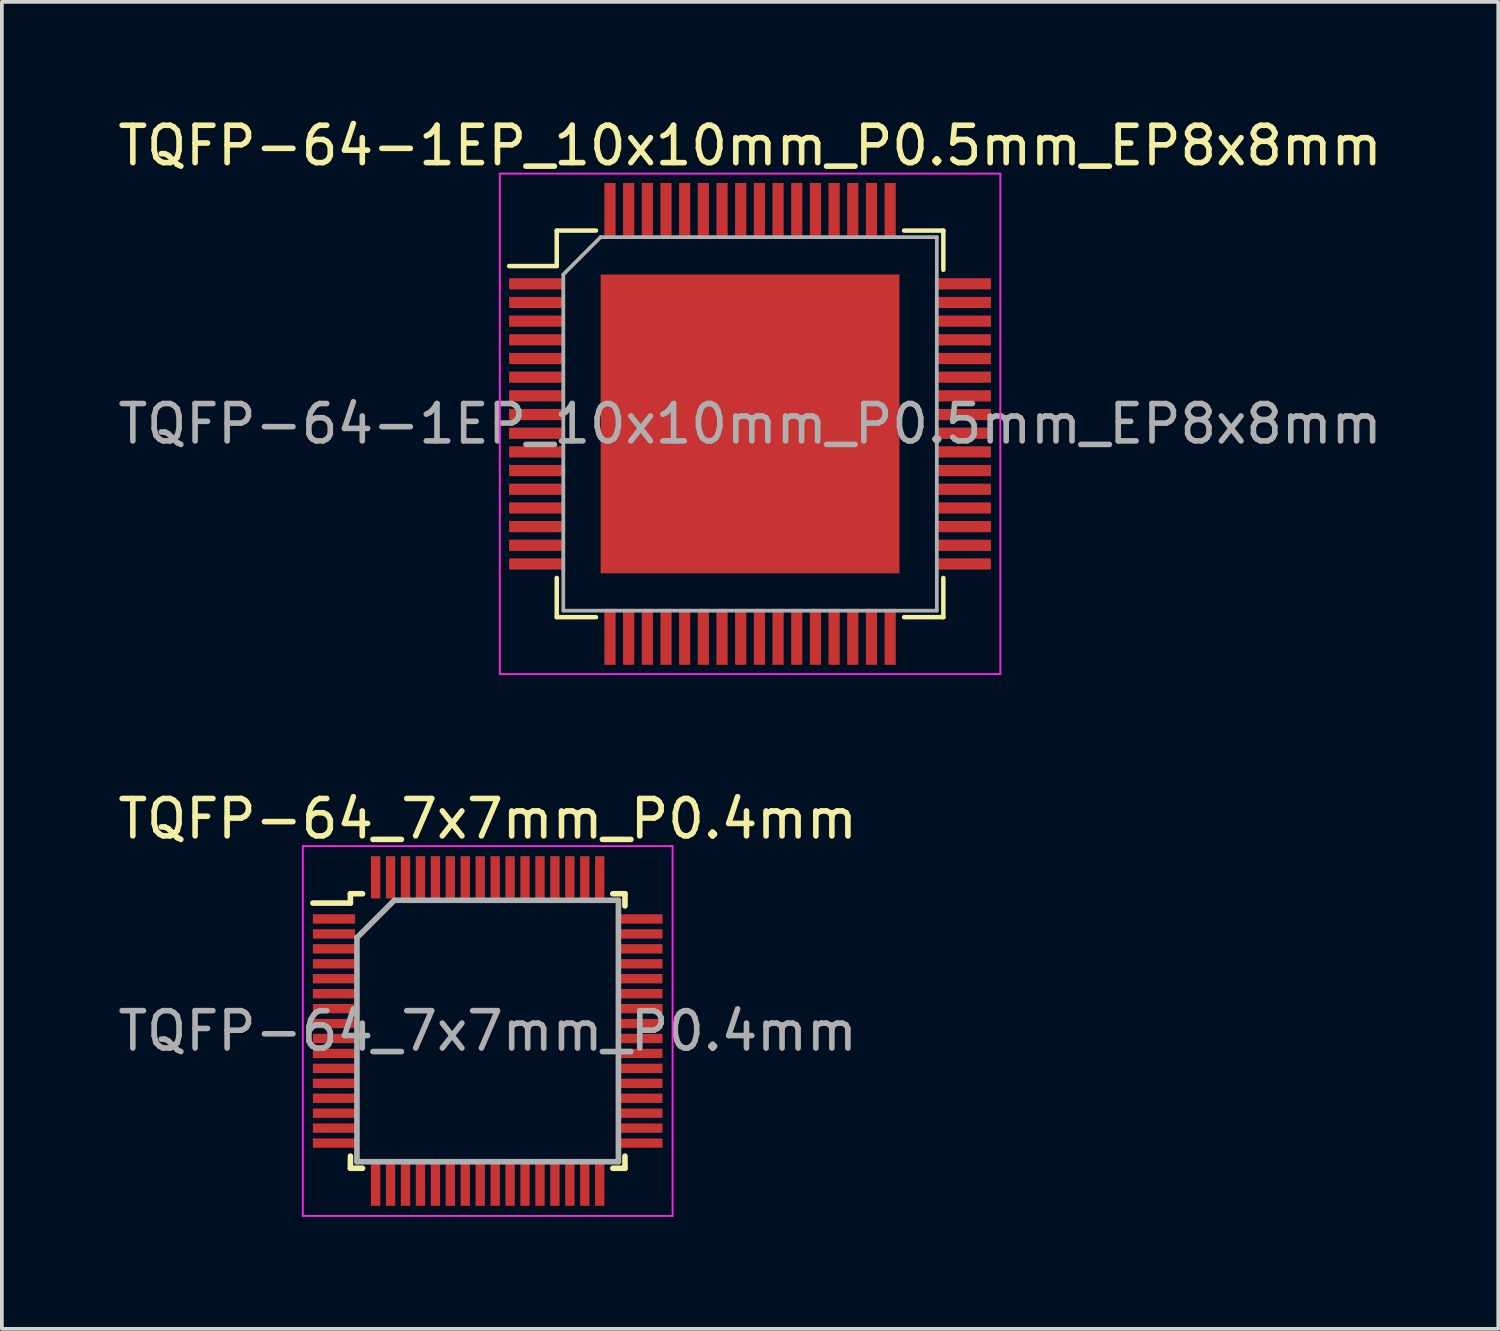
<source format=kicad_pcb>
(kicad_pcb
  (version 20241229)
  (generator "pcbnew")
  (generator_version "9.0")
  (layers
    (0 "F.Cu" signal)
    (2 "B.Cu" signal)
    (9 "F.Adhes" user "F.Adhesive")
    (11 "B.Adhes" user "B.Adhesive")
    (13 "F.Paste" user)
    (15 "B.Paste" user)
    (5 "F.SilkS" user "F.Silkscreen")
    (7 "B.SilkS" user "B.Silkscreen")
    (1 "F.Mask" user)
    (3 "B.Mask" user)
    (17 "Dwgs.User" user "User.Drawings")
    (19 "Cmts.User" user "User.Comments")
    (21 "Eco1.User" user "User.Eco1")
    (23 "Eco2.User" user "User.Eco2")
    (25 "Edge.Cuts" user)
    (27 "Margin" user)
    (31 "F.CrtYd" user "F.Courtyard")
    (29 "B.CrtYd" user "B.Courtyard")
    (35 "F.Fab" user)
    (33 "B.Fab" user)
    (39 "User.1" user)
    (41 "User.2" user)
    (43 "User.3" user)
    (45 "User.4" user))
  (footprint "TQFP-64_7x7mm_P0.4mm"
    (layer "F.Cu")
    (at 10.006 24.552)
    (property "Reference" "TQFP-64_7x7mm_P0.4mm" (at 0 -5.68 0) (layer "F.SilkS") (effects (font (size 1 1) (thickness 0.15))))
    (attr smd)
    (fp_line (start -3.675 -3.675) (end -3.675 -3.425) (stroke (width 0.15) (type solid)) (layer "F.SilkS"))
    (fp_line (start -3.675 -3.675) (end -3.35 -3.675) (stroke (width 0.15) (type solid)) (layer "F.SilkS"))
    (fp_line (start -3.675 -3.425) (end -4.68 -3.425) (stroke (width 0.15) (type solid)) (layer "F.SilkS"))
    (fp_line (start -3.675 3.675) (end -3.675 3.35) (stroke (width 0.15) (type solid)) (layer "F.SilkS"))
    (fp_line (start -3.675 3.675) (end -3.35 3.675) (stroke (width 0.15) (type solid)) (layer "F.SilkS"))
    (fp_line (start 3.675 -3.675) (end 3.35 -3.675) (stroke (width 0.15) (type solid)) (layer "F.SilkS"))
    (fp_line (start 3.675 -3.675) (end 3.675 -3.35) (stroke (width 0.15) (type solid)) (layer "F.SilkS"))
    (fp_line (start 3.675 3.675) (end 3.35 3.675) (stroke (width 0.15) (type solid)) (layer "F.SilkS"))
    (fp_line (start 3.675 3.675) (end 3.675 3.35) (stroke (width 0.15) (type solid)) (layer "F.SilkS"))
    (fp_line (start -4.95 -4.95) (end -4.95 4.95) (stroke (width 0.05) (type solid)) (layer "F.CrtYd"))
    (fp_line (start -4.95 -4.95) (end 4.95 -4.95) (stroke (width 0.05) (type solid)) (layer "F.CrtYd"))
    (fp_line (start -4.95 4.95) (end 4.95 4.95) (stroke (width 0.05) (type solid)) (layer "F.CrtYd"))
    (fp_line (start 4.95 -4.95) (end 4.95 4.95) (stroke (width 0.05) (type solid)) (layer "F.CrtYd"))
    (fp_line (start -3.5 -2.5) (end -2.5 -3.5) (stroke (width 0.15) (type solid)) (layer "F.Fab"))
    (fp_line (start -3.5 3.5) (end -3.5 -2.5) (stroke (width 0.15) (type solid)) (layer "F.Fab"))
    (fp_line (start -2.5 -3.5) (end 3.5 -3.5) (stroke (width 0.15) (type solid)) (layer "F.Fab"))
    (fp_line (start 3.5 -3.5) (end 3.5 3.5) (stroke (width 0.15) (type solid)) (layer "F.Fab"))
    (fp_line (start 3.5 3.5) (end -3.5 3.5) (stroke (width 0.15) (type solid)) (layer "F.Fab"))
    (fp_text user "${REFERENCE}" (at 0 0 0) (layer "F.Fab") (effects (font (size 1 1) (thickness 0.15))))
    (pad "1" smd rect (at -4.115 -3) (size 1.13 0.25) (layers "F.Cu" "F.Mask" "F.Paste"))
    (pad "2" smd rect (at -4.115 -2.6) (size 1.13 0.25) (layers "F.Cu" "F.Mask" "F.Paste"))
    (pad "3" smd rect (at -4.115 -2.2) (size 1.13 0.25) (layers "F.Cu" "F.Mask" "F.Paste"))
    (pad "4" smd rect (at -4.115 -1.8) (size 1.13 0.25) (layers "F.Cu" "F.Mask" "F.Paste"))
    (pad "5" smd rect (at -4.115 -1.4) (size 1.13 0.25) (layers "F.Cu" "F.Mask" "F.Paste"))
    (pad "6" smd rect (at -4.115 -1) (size 1.13 0.25) (layers "F.Cu" "F.Mask" "F.Paste"))
    (pad "7" smd rect (at -4.115 -0.6) (size 1.13 0.25) (layers "F.Cu" "F.Mask" "F.Paste"))
    (pad "8" smd rect (at -4.115 -0.2) (size 1.13 0.25) (layers "F.Cu" "F.Mask" "F.Paste"))
    (pad "9" smd rect (at -4.115 0.2) (size 1.13 0.25) (layers "F.Cu" "F.Mask" "F.Paste"))
    (pad "10" smd rect (at -4.115 0.6) (size 1.13 0.25) (layers "F.Cu" "F.Mask" "F.Paste"))
    (pad "11" smd rect (at -4.115 1) (size 1.13 0.25) (layers "F.Cu" "F.Mask" "F.Paste"))
    (pad "12" smd rect (at -4.115 1.4) (size 1.13 0.25) (layers "F.Cu" "F.Mask" "F.Paste"))
    (pad "13" smd rect (at -4.115 1.8) (size 1.13 0.25) (layers "F.Cu" "F.Mask" "F.Paste"))
    (pad "14" smd rect (at -4.115 2.2) (size 1.13 0.25) (layers "F.Cu" "F.Mask" "F.Paste"))
    (pad "15" smd rect (at -4.115 2.6) (size 1.13 0.25) (layers "F.Cu" "F.Mask" "F.Paste"))
    (pad "16" smd rect (at -4.115 3) (size 1.13 0.25) (layers "F.Cu" "F.Mask" "F.Paste"))
    (pad "17" smd rect (at -3 4.115 90) (size 1.13 0.25) (layers "F.Cu" "F.Mask" "F.Paste"))
    (pad "18" smd rect (at -2.6 4.115 90) (size 1.13 0.25) (layers "F.Cu" "F.Mask" "F.Paste"))
    (pad "19" smd rect (at -2.2 4.115 90) (size 1.13 0.25) (layers "F.Cu" "F.Mask" "F.Paste"))
    (pad "20" smd rect (at -1.8 4.115 90) (size 1.13 0.25) (layers "F.Cu" "F.Mask" "F.Paste"))
    (pad "21" smd rect (at -1.4 4.115 90) (size 1.13 0.25) (layers "F.Cu" "F.Mask" "F.Paste"))
    (pad "22" smd rect (at -1 4.115 90) (size 1.13 0.25) (layers "F.Cu" "F.Mask" "F.Paste"))
    (pad "23" smd rect (at -0.6 4.115 90) (size 1.13 0.25) (layers "F.Cu" "F.Mask" "F.Paste"))
    (pad "24" smd rect (at -0.2 4.115 90) (size 1.13 0.25) (layers "F.Cu" "F.Mask" "F.Paste"))
    (pad "25" smd rect (at 0.2 4.115 90) (size 1.13 0.25) (layers "F.Cu" "F.Mask" "F.Paste"))
    (pad "26" smd rect (at 0.6 4.115 90) (size 1.13 0.25) (layers "F.Cu" "F.Mask" "F.Paste"))
    (pad "27" smd rect (at 1 4.115 90) (size 1.13 0.25) (layers "F.Cu" "F.Mask" "F.Paste"))
    (pad "28" smd rect (at 1.4 4.115 90) (size 1.13 0.25) (layers "F.Cu" "F.Mask" "F.Paste"))
    (pad "29" smd rect (at 1.8 4.115 90) (size 1.13 0.25) (layers "F.Cu" "F.Mask" "F.Paste"))
    (pad "30" smd rect (at 2.2 4.115 90) (size 1.13 0.25) (layers "F.Cu" "F.Mask" "F.Paste"))
    (pad "31" smd rect (at 2.6 4.115 90) (size 1.13 0.25) (layers "F.Cu" "F.Mask" "F.Paste"))
    (pad "32" smd rect (at 3 4.115 90) (size 1.13 0.25) (layers "F.Cu" "F.Mask" "F.Paste"))
    (pad "33" smd rect (at 4.115 3) (size 1.13 0.25) (layers "F.Cu" "F.Mask" "F.Paste"))
    (pad "34" smd rect (at 4.115 2.6) (size 1.13 0.25) (layers "F.Cu" "F.Mask" "F.Paste"))
    (pad "35" smd rect (at 4.115 2.2) (size 1.13 0.25) (layers "F.Cu" "F.Mask" "F.Paste"))
    (pad "36" smd rect (at 4.115 1.8) (size 1.13 0.25) (layers "F.Cu" "F.Mask" "F.Paste"))
    (pad "37" smd rect (at 4.115 1.4) (size 1.13 0.25) (layers "F.Cu" "F.Mask" "F.Paste"))
    (pad "38" smd rect (at 4.115 1) (size 1.13 0.25) (layers "F.Cu" "F.Mask" "F.Paste"))
    (pad "39" smd rect (at 4.115 0.6) (size 1.13 0.25) (layers "F.Cu" "F.Mask" "F.Paste"))
    (pad "40" smd rect (at 4.115 0.2) (size 1.13 0.25) (layers "F.Cu" "F.Mask" "F.Paste"))
    (pad "41" smd rect (at 4.115 -0.2) (size 1.13 0.25) (layers "F.Cu" "F.Mask" "F.Paste"))
    (pad "42" smd rect (at 4.115 -0.6) (size 1.13 0.25) (layers "F.Cu" "F.Mask" "F.Paste"))
    (pad "43" smd rect (at 4.115 -1) (size 1.13 0.25) (layers "F.Cu" "F.Mask" "F.Paste"))
    (pad "44" smd rect (at 4.115 -1.4) (size 1.13 0.25) (layers "F.Cu" "F.Mask" "F.Paste"))
    (pad "45" smd rect (at 4.115 -1.8) (size 1.13 0.25) (layers "F.Cu" "F.Mask" "F.Paste"))
    (pad "46" smd rect (at 4.115 -2.2) (size 1.13 0.25) (layers "F.Cu" "F.Mask" "F.Paste"))
    (pad "47" smd rect (at 4.115 -2.6) (size 1.13 0.25) (layers "F.Cu" "F.Mask" "F.Paste"))
    (pad "48" smd rect (at 4.115 -3) (size 1.13 0.25) (layers "F.Cu" "F.Mask" "F.Paste"))
    (pad "49" smd rect (at 3 -4.115 90) (size 1.13 0.25) (layers "F.Cu" "F.Mask" "F.Paste"))
    (pad "50" smd rect (at 2.6 -4.115 90) (size 1.13 0.25) (layers "F.Cu" "F.Mask" "F.Paste"))
    (pad "51" smd rect (at 2.2 -4.115 90) (size 1.13 0.25) (layers "F.Cu" "F.Mask" "F.Paste"))
    (pad "52" smd rect (at 1.8 -4.115 90) (size 1.13 0.25) (layers "F.Cu" "F.Mask" "F.Paste"))
    (pad "53" smd rect (at 1.4 -4.115 90) (size 1.13 0.25) (layers "F.Cu" "F.Mask" "F.Paste"))
    (pad "54" smd rect (at 1 -4.115 90) (size 1.13 0.25) (layers "F.Cu" "F.Mask" "F.Paste"))
    (pad "55" smd rect (at 0.6 -4.115 90) (size 1.13 0.25) (layers "F.Cu" "F.Mask" "F.Paste"))
    (pad "56" smd rect (at 0.2 -4.115 90) (size 1.13 0.25) (layers "F.Cu" "F.Mask" "F.Paste"))
    (pad "57" smd rect (at -0.2 -4.115 90) (size 1.13 0.25) (layers "F.Cu" "F.Mask" "F.Paste"))
    (pad "58" smd rect (at -0.6 -4.115 90) (size 1.13 0.25) (layers "F.Cu" "F.Mask" "F.Paste"))
    (pad "59" smd rect (at -1 -4.115 90) (size 1.13 0.25) (layers "F.Cu" "F.Mask" "F.Paste"))
    (pad "60" smd rect (at -1.4 -4.115 90) (size 1.13 0.25) (layers "F.Cu" "F.Mask" "F.Paste"))
    (pad "61" smd rect (at -1.8 -4.115 90) (size 1.13 0.25) (layers "F.Cu" "F.Mask" "F.Paste"))
    (pad "62" smd rect (at -2.2 -4.115 90) (size 1.13 0.25) (layers "F.Cu" "F.Mask" "F.Paste"))
    (pad "63" smd rect (at -2.6 -4.115 90) (size 1.13 0.25) (layers "F.Cu" "F.Mask" "F.Paste"))
    (pad "64" smd rect (at -3 -4.115 90) (size 1.13 0.25) (layers "F.Cu" "F.Mask" "F.Paste")))
  (footprint "TQFP-64-1EP_10x10mm_P0.5mm_EP8x8mm"
    (layer "F.Cu")
    (at 17.03 8.298)
    (property "Reference" "TQFP-64-1EP_10x10mm_P0.5mm_EP8x8mm" (at 0 -7.45 0) (layer "F.SilkS") (effects (font (size 1 1) (thickness 0.15))))
    (attr smd)
    (fp_line (start -5.175 -5.175) (end -5.175 -4.225) (stroke (width 0.12) (type solid)) (layer "F.SilkS"))
    (fp_line (start -5.175 -5.175) (end -4.125 -5.175) (stroke (width 0.12) (type solid)) (layer "F.SilkS"))
    (fp_line (start -5.175 -4.225) (end -6.45 -4.225) (stroke (width 0.12) (type solid)) (layer "F.SilkS"))
    (fp_line (start -5.175 5.175) (end -5.175 4.125) (stroke (width 0.12) (type solid)) (layer "F.SilkS"))
    (fp_line (start -5.175 5.175) (end -4.125 5.175) (stroke (width 0.12) (type solid)) (layer "F.SilkS"))
    (fp_line (start 5.175 -5.175) (end 4.125 -5.175) (stroke (width 0.12) (type solid)) (layer "F.SilkS"))
    (fp_line (start 5.175 -5.175) (end 5.175 -4.125) (stroke (width 0.12) (type solid)) (layer "F.SilkS"))
    (fp_line (start 5.175 5.175) (end 4.125 5.175) (stroke (width 0.12) (type solid)) (layer "F.SilkS"))
    (fp_line (start 5.175 5.175) (end 5.175 4.125) (stroke (width 0.12) (type solid)) (layer "F.SilkS"))
    (fp_line (start -6.7 -6.7) (end -6.7 6.7) (stroke (width 0.05) (type solid)) (layer "F.CrtYd"))
    (fp_line (start -6.7 -6.7) (end 6.7 -6.7) (stroke (width 0.05) (type solid)) (layer "F.CrtYd"))
    (fp_line (start -6.7 6.7) (end 6.7 6.7) (stroke (width 0.05) (type solid)) (layer "F.CrtYd"))
    (fp_line (start 6.7 -6.7) (end 6.7 6.7) (stroke (width 0.05) (type solid)) (layer "F.CrtYd"))
    (fp_line (start -5 -4) (end -4 -5) (stroke (width 0.1) (type solid)) (layer "F.Fab"))
    (fp_line (start -5 5) (end -5 -4) (stroke (width 0.1) (type solid)) (layer "F.Fab"))
    (fp_line (start -4 -5) (end 5 -5) (stroke (width 0.1) (type solid)) (layer "F.Fab"))
    (fp_line (start 5 -5) (end 5 5) (stroke (width 0.1) (type solid)) (layer "F.Fab"))
    (fp_line (start 5 5) (end -5 5) (stroke (width 0.1) (type solid)) (layer "F.Fab"))
    (fp_text user "${REFERENCE}" (at 0 0 0) (layer "F.Fab") (effects (font (size 1 1) (thickness 0.15))))
    (pad "" smd rect (at -3.2 -3.2) (size 1.24 1.24) (layers "F.Paste"))
    (pad "" smd rect (at -3.2 -1.6) (size 1.24 1.24) (layers "F.Paste"))
    (pad "" smd rect (at -3.2 0) (size 1.24 1.24) (layers "F.Paste"))
    (pad "" smd rect (at -3.2 1.6) (size 1.24 1.24) (layers "F.Paste"))
    (pad "" smd rect (at -3.2 3.2) (size 1.24 1.24) (layers "F.Paste"))
    (pad "" smd rect (at -1.6 -3.2) (size 1.24 1.24) (layers "F.Paste"))
    (pad "" smd rect (at -1.6 -1.6) (size 1.24 1.24) (layers "F.Paste"))
    (pad "" smd rect (at -1.6 0) (size 1.24 1.24) (layers "F.Paste"))
    (pad "" smd rect (at -1.6 1.6) (size 1.24 1.24) (layers "F.Paste"))
    (pad "" smd rect (at -1.6 3.2) (size 1.24 1.24) (layers "F.Paste"))
    (pad "" smd rect (at 0 -3.2) (size 1.24 1.24) (layers "F.Paste"))
    (pad "" smd rect (at 0 -1.6) (size 1.24 1.24) (layers "F.Paste"))
    (pad "" smd rect (at 0 0) (size 1.24 1.24) (layers "F.Paste"))
    (pad "" smd rect (at 0 1.6) (size 1.24 1.24) (layers "F.Paste"))
    (pad "" smd rect (at 0 3.2) (size 1.24 1.24) (layers "F.Paste"))
    (pad "" smd rect (at 1.6 -3.2) (size 1.24 1.24) (layers "F.Paste"))
    (pad "" smd rect (at 1.6 -1.6) (size 1.24 1.24) (layers "F.Paste"))
    (pad "" smd rect (at 1.6 0) (size 1.24 1.24) (layers "F.Paste"))
    (pad "" smd rect (at 1.6 1.6) (size 1.24 1.24) (layers "F.Paste"))
    (pad "" smd rect (at 1.6 3.2) (size 1.24 1.24) (layers "F.Paste"))
    (pad "" smd rect (at 3.2 -3.2) (size 1.24 1.24) (layers "F.Paste"))
    (pad "" smd rect (at 3.2 -1.6) (size 1.24 1.24) (layers "F.Paste"))
    (pad "" smd rect (at 3.2 0) (size 1.24 1.24) (layers "F.Paste"))
    (pad "" smd rect (at 3.2 1.6) (size 1.24 1.24) (layers "F.Paste"))
    (pad "" smd rect (at 3.2 3.2) (size 1.24 1.24) (layers "F.Paste"))
    (pad "1" smd rect (at -5.7 -3.75) (size 1.5 0.3) (layers "F.Cu" "F.Mask" "F.Paste"))
    (pad "2" smd rect (at -5.7 -3.25) (size 1.5 0.3) (layers "F.Cu" "F.Mask" "F.Paste"))
    (pad "3" smd rect (at -5.7 -2.75) (size 1.5 0.3) (layers "F.Cu" "F.Mask" "F.Paste"))
    (pad "4" smd rect (at -5.7 -2.25) (size 1.5 0.3) (layers "F.Cu" "F.Mask" "F.Paste"))
    (pad "5" smd rect (at -5.7 -1.75) (size 1.5 0.3) (layers "F.Cu" "F.Mask" "F.Paste"))
    (pad "6" smd rect (at -5.7 -1.25) (size 1.5 0.3) (layers "F.Cu" "F.Mask" "F.Paste"))
    (pad "7" smd rect (at -5.7 -0.75) (size 1.5 0.3) (layers "F.Cu" "F.Mask" "F.Paste"))
    (pad "8" smd rect (at -5.7 -0.25) (size 1.5 0.3) (layers "F.Cu" "F.Mask" "F.Paste"))
    (pad "9" smd rect (at -5.7 0.25) (size 1.5 0.3) (layers "F.Cu" "F.Mask" "F.Paste"))
    (pad "10" smd rect (at -5.7 0.75) (size 1.5 0.3) (layers "F.Cu" "F.Mask" "F.Paste"))
    (pad "11" smd rect (at -5.7 1.25) (size 1.5 0.3) (layers "F.Cu" "F.Mask" "F.Paste"))
    (pad "12" smd rect (at -5.7 1.75) (size 1.5 0.3) (layers "F.Cu" "F.Mask" "F.Paste"))
    (pad "13" smd rect (at -5.7 2.25) (size 1.5 0.3) (layers "F.Cu" "F.Mask" "F.Paste"))
    (pad "14" smd rect (at -5.7 2.75) (size 1.5 0.3) (layers "F.Cu" "F.Mask" "F.Paste"))
    (pad "15" smd rect (at -5.7 3.25) (size 1.5 0.3) (layers "F.Cu" "F.Mask" "F.Paste"))
    (pad "16" smd rect (at -5.7 3.75) (size 1.5 0.3) (layers "F.Cu" "F.Mask" "F.Paste"))
    (pad "17" smd rect (at -3.75 5.7 90) (size 1.5 0.3) (layers "F.Cu" "F.Mask" "F.Paste"))
    (pad "18" smd rect (at -3.25 5.7 90) (size 1.5 0.3) (layers "F.Cu" "F.Mask" "F.Paste"))
    (pad "19" smd rect (at -2.75 5.7 90) (size 1.5 0.3) (layers "F.Cu" "F.Mask" "F.Paste"))
    (pad "20" smd rect (at -2.25 5.7 90) (size 1.5 0.3) (layers "F.Cu" "F.Mask" "F.Paste"))
    (pad "21" smd rect (at -1.75 5.7 90) (size 1.5 0.3) (layers "F.Cu" "F.Mask" "F.Paste"))
    (pad "22" smd rect (at -1.25 5.7 90) (size 1.5 0.3) (layers "F.Cu" "F.Mask" "F.Paste"))
    (pad "23" smd rect (at -0.75 5.7 90) (size 1.5 0.3) (layers "F.Cu" "F.Mask" "F.Paste"))
    (pad "24" smd rect (at -0.25 5.7 90) (size 1.5 0.3) (layers "F.Cu" "F.Mask" "F.Paste"))
    (pad "25" smd rect (at 0.25 5.7 90) (size 1.5 0.3) (layers "F.Cu" "F.Mask" "F.Paste"))
    (pad "26" smd rect (at 0.75 5.7 90) (size 1.5 0.3) (layers "F.Cu" "F.Mask" "F.Paste"))
    (pad "27" smd rect (at 1.25 5.7 90) (size 1.5 0.3) (layers "F.Cu" "F.Mask" "F.Paste"))
    (pad "28" smd rect (at 1.75 5.7 90) (size 1.5 0.3) (layers "F.Cu" "F.Mask" "F.Paste"))
    (pad "29" smd rect (at 2.25 5.7 90) (size 1.5 0.3) (layers "F.Cu" "F.Mask" "F.Paste"))
    (pad "30" smd rect (at 2.75 5.7 90) (size 1.5 0.3) (layers "F.Cu" "F.Mask" "F.Paste"))
    (pad "31" smd rect (at 3.25 5.7 90) (size 1.5 0.3) (layers "F.Cu" "F.Mask" "F.Paste"))
    (pad "32" smd rect (at 3.75 5.7 90) (size 1.5 0.3) (layers "F.Cu" "F.Mask" "F.Paste"))
    (pad "33" smd rect (at 5.7 3.75) (size 1.5 0.3) (layers "F.Cu" "F.Mask" "F.Paste"))
    (pad "34" smd rect (at 5.7 3.25) (size 1.5 0.3) (layers "F.Cu" "F.Mask" "F.Paste"))
    (pad "35" smd rect (at 5.7 2.75) (size 1.5 0.3) (layers "F.Cu" "F.Mask" "F.Paste"))
    (pad "36" smd rect (at 5.7 2.25) (size 1.5 0.3) (layers "F.Cu" "F.Mask" "F.Paste"))
    (pad "37" smd rect (at 5.7 1.75) (size 1.5 0.3) (layers "F.Cu" "F.Mask" "F.Paste"))
    (pad "38" smd rect (at 5.7 1.25) (size 1.5 0.3) (layers "F.Cu" "F.Mask" "F.Paste"))
    (pad "39" smd rect (at 5.7 0.75) (size 1.5 0.3) (layers "F.Cu" "F.Mask" "F.Paste"))
    (pad "40" smd rect (at 5.7 0.25) (size 1.5 0.3) (layers "F.Cu" "F.Mask" "F.Paste"))
    (pad "41" smd rect (at 5.7 -0.25) (size 1.5 0.3) (layers "F.Cu" "F.Mask" "F.Paste"))
    (pad "42" smd rect (at 5.7 -0.75) (size 1.5 0.3) (layers "F.Cu" "F.Mask" "F.Paste"))
    (pad "43" smd rect (at 5.7 -1.25) (size 1.5 0.3) (layers "F.Cu" "F.Mask" "F.Paste"))
    (pad "44" smd rect (at 5.7 -1.75) (size 1.5 0.3) (layers "F.Cu" "F.Mask" "F.Paste"))
    (pad "45" smd rect (at 5.7 -2.25) (size 1.5 0.3) (layers "F.Cu" "F.Mask" "F.Paste"))
    (pad "46" smd rect (at 5.7 -2.75) (size 1.5 0.3) (layers "F.Cu" "F.Mask" "F.Paste"))
    (pad "47" smd rect (at 5.7 -3.25) (size 1.5 0.3) (layers "F.Cu" "F.Mask" "F.Paste"))
    (pad "48" smd rect (at 5.7 -3.75) (size 1.5 0.3) (layers "F.Cu" "F.Mask" "F.Paste"))
    (pad "49" smd rect (at 3.75 -5.7 90) (size 1.5 0.3) (layers "F.Cu" "F.Mask" "F.Paste"))
    (pad "50" smd rect (at 3.25 -5.7 90) (size 1.5 0.3) (layers "F.Cu" "F.Mask" "F.Paste"))
    (pad "51" smd rect (at 2.75 -5.7 90) (size 1.5 0.3) (layers "F.Cu" "F.Mask" "F.Paste"))
    (pad "52" smd rect (at 2.25 -5.7 90) (size 1.5 0.3) (layers "F.Cu" "F.Mask" "F.Paste"))
    (pad "53" smd rect (at 1.75 -5.7 90) (size 1.5 0.3) (layers "F.Cu" "F.Mask" "F.Paste"))
    (pad "54" smd rect (at 1.25 -5.7 90) (size 1.5 0.3) (layers "F.Cu" "F.Mask" "F.Paste"))
    (pad "55" smd rect (at 0.75 -5.7 90) (size 1.5 0.3) (layers "F.Cu" "F.Mask" "F.Paste"))
    (pad "56" smd rect (at 0.25 -5.7 90) (size 1.5 0.3) (layers "F.Cu" "F.Mask" "F.Paste"))
    (pad "57" smd rect (at -0.25 -5.7 90) (size 1.5 0.3) (layers "F.Cu" "F.Mask" "F.Paste"))
    (pad "58" smd rect (at -0.75 -5.7 90) (size 1.5 0.3) (layers "F.Cu" "F.Mask" "F.Paste"))
    (pad "59" smd rect (at -1.25 -5.7 90) (size 1.5 0.3) (layers "F.Cu" "F.Mask" "F.Paste"))
    (pad "60" smd rect (at -1.75 -5.7 90) (size 1.5 0.3) (layers "F.Cu" "F.Mask" "F.Paste"))
    (pad "61" smd rect (at -2.25 -5.7 90) (size 1.5 0.3) (layers "F.Cu" "F.Mask" "F.Paste"))
    (pad "62" smd rect (at -2.75 -5.7 90) (size 1.5 0.3) (layers "F.Cu" "F.Mask" "F.Paste"))
    (pad "63" smd rect (at -3.25 -5.7 90) (size 1.5 0.3) (layers "F.Cu" "F.Mask" "F.Paste"))
    (pad "64" smd rect (at -3.75 -5.7 90) (size 1.5 0.3) (layers "F.Cu" "F.Mask" "F.Paste"))
    (pad "65" smd rect (at 0 0) (size 8 8) (layers "F.Cu" "F.Mask")))
  (gr_rect
    (start -3 -3)
    (end 37.06 32.526)
    (stroke (width 0.1) (type default))
    (fill no)
    (layer "Edge.Cuts")))
</source>
